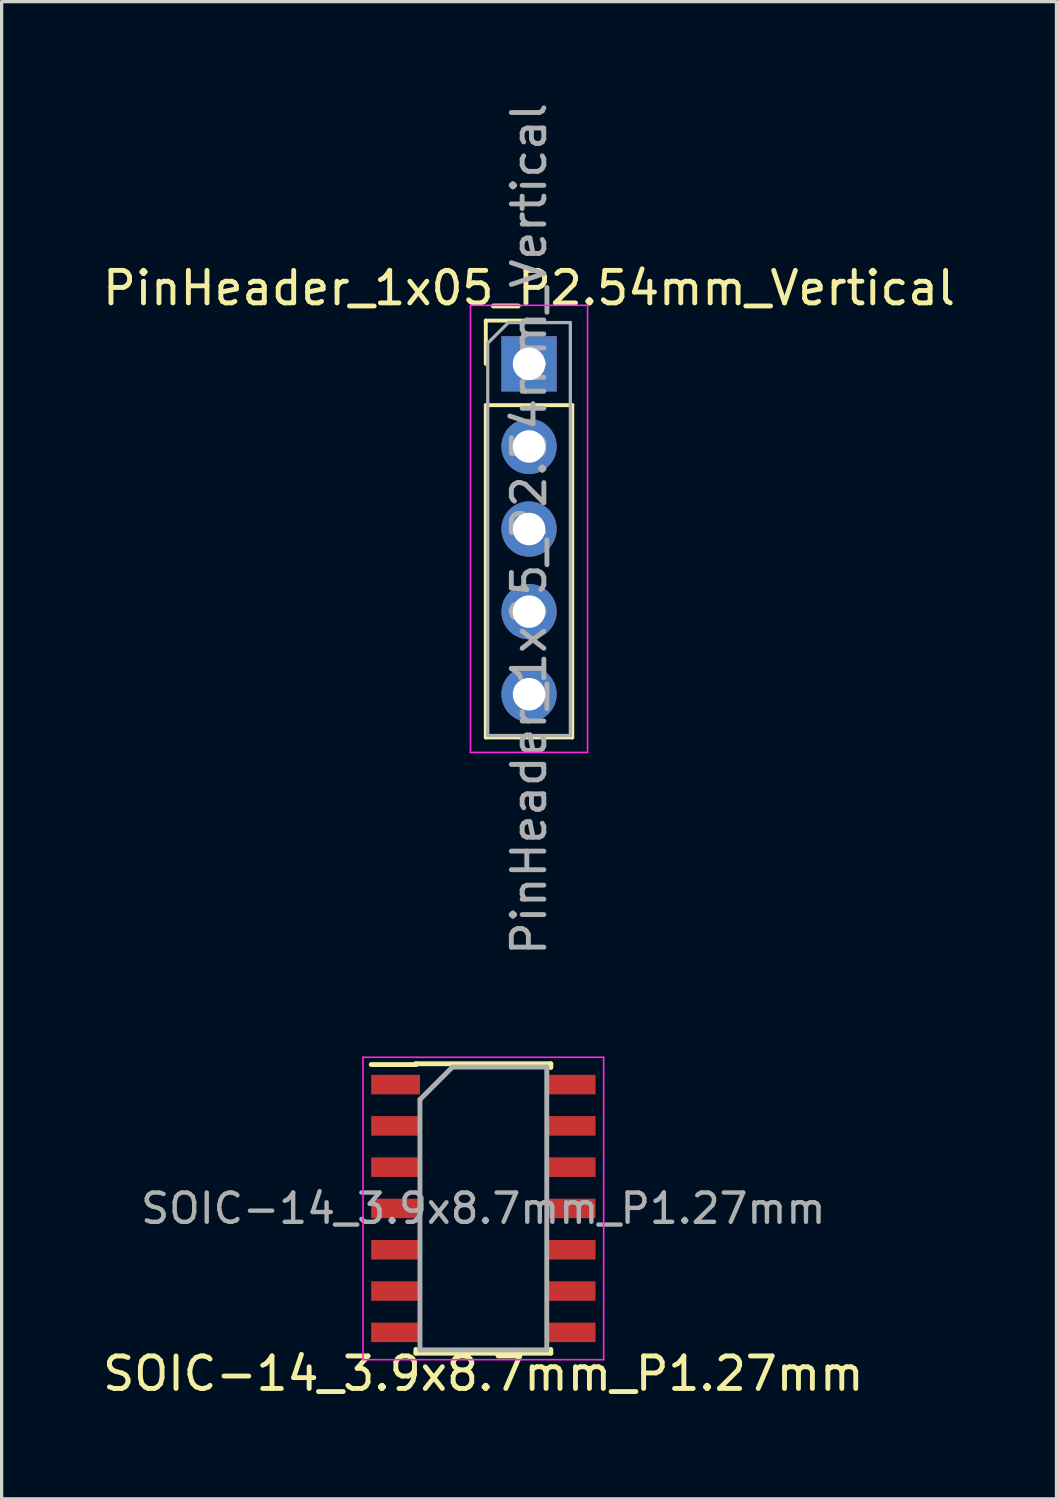
<source format=kicad_pcb>
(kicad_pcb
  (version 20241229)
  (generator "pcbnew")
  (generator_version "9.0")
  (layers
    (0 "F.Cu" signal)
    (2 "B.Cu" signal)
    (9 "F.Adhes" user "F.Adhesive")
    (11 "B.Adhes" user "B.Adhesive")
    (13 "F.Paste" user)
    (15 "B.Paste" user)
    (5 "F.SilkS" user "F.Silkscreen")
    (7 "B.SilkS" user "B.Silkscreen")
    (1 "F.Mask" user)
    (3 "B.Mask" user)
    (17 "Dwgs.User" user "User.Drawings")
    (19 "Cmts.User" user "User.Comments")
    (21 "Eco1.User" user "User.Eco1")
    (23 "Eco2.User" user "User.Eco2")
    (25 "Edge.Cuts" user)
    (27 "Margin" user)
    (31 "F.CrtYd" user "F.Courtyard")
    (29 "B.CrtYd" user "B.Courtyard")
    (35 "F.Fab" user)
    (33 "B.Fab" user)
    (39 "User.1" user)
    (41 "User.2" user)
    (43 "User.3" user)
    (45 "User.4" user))
  (footprint "SOIC-14_3.9x8.7mm_P1.27mm"
    (layer "F.Cu")
    (at 11.815 34.115)
    (property "Reference" "SOIC-14_3.9x8.7mm_P1.27mm" (at 0 5.08 0) (layer "F.SilkS") (effects (font (size 1 1) (thickness 0.15))))
    (attr smd)
    (fp_line (start -2.075 -4.45) (end -2.075 -4.425) (stroke (width 0.15) (type solid)) (layer "F.SilkS"))
    (fp_line (start -2.075 -4.45) (end 2.075 -4.45) (stroke (width 0.15) (type solid)) (layer "F.SilkS"))
    (fp_line (start -2.075 -4.425) (end -3.45 -4.425) (stroke (width 0.15) (type solid)) (layer "F.SilkS"))
    (fp_line (start -2.075 4.45) (end -2.075 4.335) (stroke (width 0.15) (type solid)) (layer "F.SilkS"))
    (fp_line (start -2.075 4.45) (end 2.075 4.45) (stroke (width 0.15) (type solid)) (layer "F.SilkS"))
    (fp_line (start 2.075 -4.45) (end 2.075 -4.335) (stroke (width 0.15) (type solid)) (layer "F.SilkS"))
    (fp_line (start 2.075 4.45) (end 2.075 4.335) (stroke (width 0.15) (type solid)) (layer "F.SilkS"))
    (fp_line (start -3.7 -4.65) (end -3.7 4.65) (stroke (width 0.05) (type solid)) (layer "F.CrtYd"))
    (fp_line (start -3.7 -4.65) (end 3.7 -4.65) (stroke (width 0.05) (type solid)) (layer "F.CrtYd"))
    (fp_line (start -3.7 4.65) (end 3.7 4.65) (stroke (width 0.05) (type solid)) (layer "F.CrtYd"))
    (fp_line (start 3.7 -4.65) (end 3.7 4.65) (stroke (width 0.05) (type solid)) (layer "F.CrtYd"))
    (fp_line (start -1.95 -3.35) (end -0.95 -4.35) (stroke (width 0.15) (type solid)) (layer "F.Fab"))
    (fp_line (start -1.95 4.35) (end -1.95 -3.35) (stroke (width 0.15) (type solid)) (layer "F.Fab"))
    (fp_line (start -0.95 -4.35) (end 1.95 -4.35) (stroke (width 0.15) (type solid)) (layer "F.Fab"))
    (fp_line (start 1.95 -4.35) (end 1.95 4.35) (stroke (width 0.15) (type solid)) (layer "F.Fab"))
    (fp_line (start 1.95 4.35) (end -1.95 4.35) (stroke (width 0.15) (type solid)) (layer "F.Fab"))
    (fp_text user "${REFERENCE}" (at 0 0 0) (layer "F.Fab") (effects (font (size 0.9 0.9) (thickness 0.135))))
    (pad "1" smd rect (at -2.7 -3.81) (size 1.5 0.6) (layers "F.Cu" "F.Mask" "F.Paste"))
    (pad "2" smd rect (at -2.7 -2.54) (size 1.5 0.6) (layers "F.Cu" "F.Mask" "F.Paste"))
    (pad "3" smd rect (at -2.7 -1.27) (size 1.5 0.6) (layers "F.Cu" "F.Mask" "F.Paste"))
    (pad "4" smd rect (at -2.7 0) (size 1.5 0.6) (layers "F.Cu" "F.Mask" "F.Paste"))
    (pad "5" smd rect (at -2.7 1.27) (size 1.5 0.6) (layers "F.Cu" "F.Mask" "F.Paste"))
    (pad "6" smd rect (at -2.7 2.54) (size 1.5 0.6) (layers "F.Cu" "F.Mask" "F.Paste"))
    (pad "7" smd rect (at -2.7 3.81) (size 1.5 0.6) (layers "F.Cu" "F.Mask" "F.Paste"))
    (pad "8" smd rect (at 2.7 3.81) (size 1.5 0.6) (layers "F.Cu" "F.Mask" "F.Paste"))
    (pad "9" smd rect (at 2.7 2.54) (size 1.5 0.6) (layers "F.Cu" "F.Mask" "F.Paste"))
    (pad "10" smd rect (at 2.7 1.27) (size 1.5 0.6) (layers "F.Cu" "F.Mask" "F.Paste"))
    (pad "11" smd rect (at 2.7 0) (size 1.5 0.6) (layers "F.Cu" "F.Mask" "F.Paste"))
    (pad "12" smd rect (at 2.7 -1.27) (size 1.5 0.6) (layers "F.Cu" "F.Mask" "F.Paste"))
    (pad "13" smd rect (at 2.7 -2.54) (size 1.5 0.6) (layers "F.Cu" "F.Mask" "F.Paste"))
    (pad "14" smd rect (at 2.7 -3.81) (size 1.5 0.6) (layers "F.Cu" "F.Mask" "F.Paste")))
  (footprint "PinHeader_1x05_P2.54mm_Vertical"
    (layer "F.Cu")
    (at 13.22 8.14)
    (property "Reference" "PinHeader_1x05_P2.54mm_Vertical" (at 0 -2.33 0) (layer "F.SilkS") (effects (font (size 1 1) (thickness 0.15))))
    (attr through_hole)
    (fp_line (start -1.33 -1.33) (end 0 -1.33) (stroke (width 0.12) (type solid)) (layer "F.SilkS"))
    (fp_line (start -1.33 0) (end -1.33 -1.33) (stroke (width 0.12) (type solid)) (layer "F.SilkS"))
    (fp_line (start -1.33 1.27) (end -1.33 11.49) (stroke (width 0.12) (type solid)) (layer "F.SilkS"))
    (fp_line (start -1.33 1.27) (end 1.33 1.27) (stroke (width 0.12) (type solid)) (layer "F.SilkS"))
    (fp_line (start -1.33 11.49) (end 1.33 11.49) (stroke (width 0.12) (type solid)) (layer "F.SilkS"))
    (fp_line (start 1.33 1.27) (end 1.33 11.49) (stroke (width 0.12) (type solid)) (layer "F.SilkS"))
    (fp_line (start -1.8 -1.8) (end -1.8 11.95) (stroke (width 0.05) (type solid)) (layer "F.CrtYd"))
    (fp_line (start -1.8 11.95) (end 1.8 11.95) (stroke (width 0.05) (type solid)) (layer "F.CrtYd"))
    (fp_line (start 1.8 -1.8) (end -1.8 -1.8) (stroke (width 0.05) (type solid)) (layer "F.CrtYd"))
    (fp_line (start 1.8 11.95) (end 1.8 -1.8) (stroke (width 0.05) (type solid)) (layer "F.CrtYd"))
    (fp_line (start -1.27 -0.635) (end -0.635 -1.27) (stroke (width 0.1) (type solid)) (layer "F.Fab"))
    (fp_line (start -1.27 11.43) (end -1.27 -0.635) (stroke (width 0.1) (type solid)) (layer "F.Fab"))
    (fp_line (start -0.635 -1.27) (end 1.27 -1.27) (stroke (width 0.1) (type solid)) (layer "F.Fab"))
    (fp_line (start 1.27 -1.27) (end 1.27 11.43) (stroke (width 0.1) (type solid)) (layer "F.Fab"))
    (fp_line (start 1.27 11.43) (end -1.27 11.43) (stroke (width 0.1) (type solid)) (layer "F.Fab"))
    (fp_text user "${REFERENCE}" (at 0 5.08 90) (layer "F.Fab") (effects (font (size 1 1) (thickness 0.15))))
    (pad "1" thru_hole rect (at 0 0) (size 1.7 1.7) (drill 1) (layers "*.Cu" "*.Mask"))
    (pad "2" thru_hole oval (at 0 2.54) (size 1.7 1.7) (drill 1) (layers "*.Cu" "*.Mask"))
    (pad "3" thru_hole oval (at 0 5.08) (size 1.7 1.7) (drill 1) (layers "*.Cu" "*.Mask"))
    (pad "4" thru_hole oval (at 0 7.62) (size 1.7 1.7) (drill 1) (layers "*.Cu" "*.Mask"))
    (pad "5" thru_hole oval (at 0 10.16) (size 1.7 1.7) (drill 1) (layers "*.Cu" "*.Mask")))
  (gr_rect
    (start -3 -3)
    (end 29.44 43.044)
    (stroke (width 0.1) (type default))
    (fill no)
    (layer "Edge.Cuts")))
</source>
